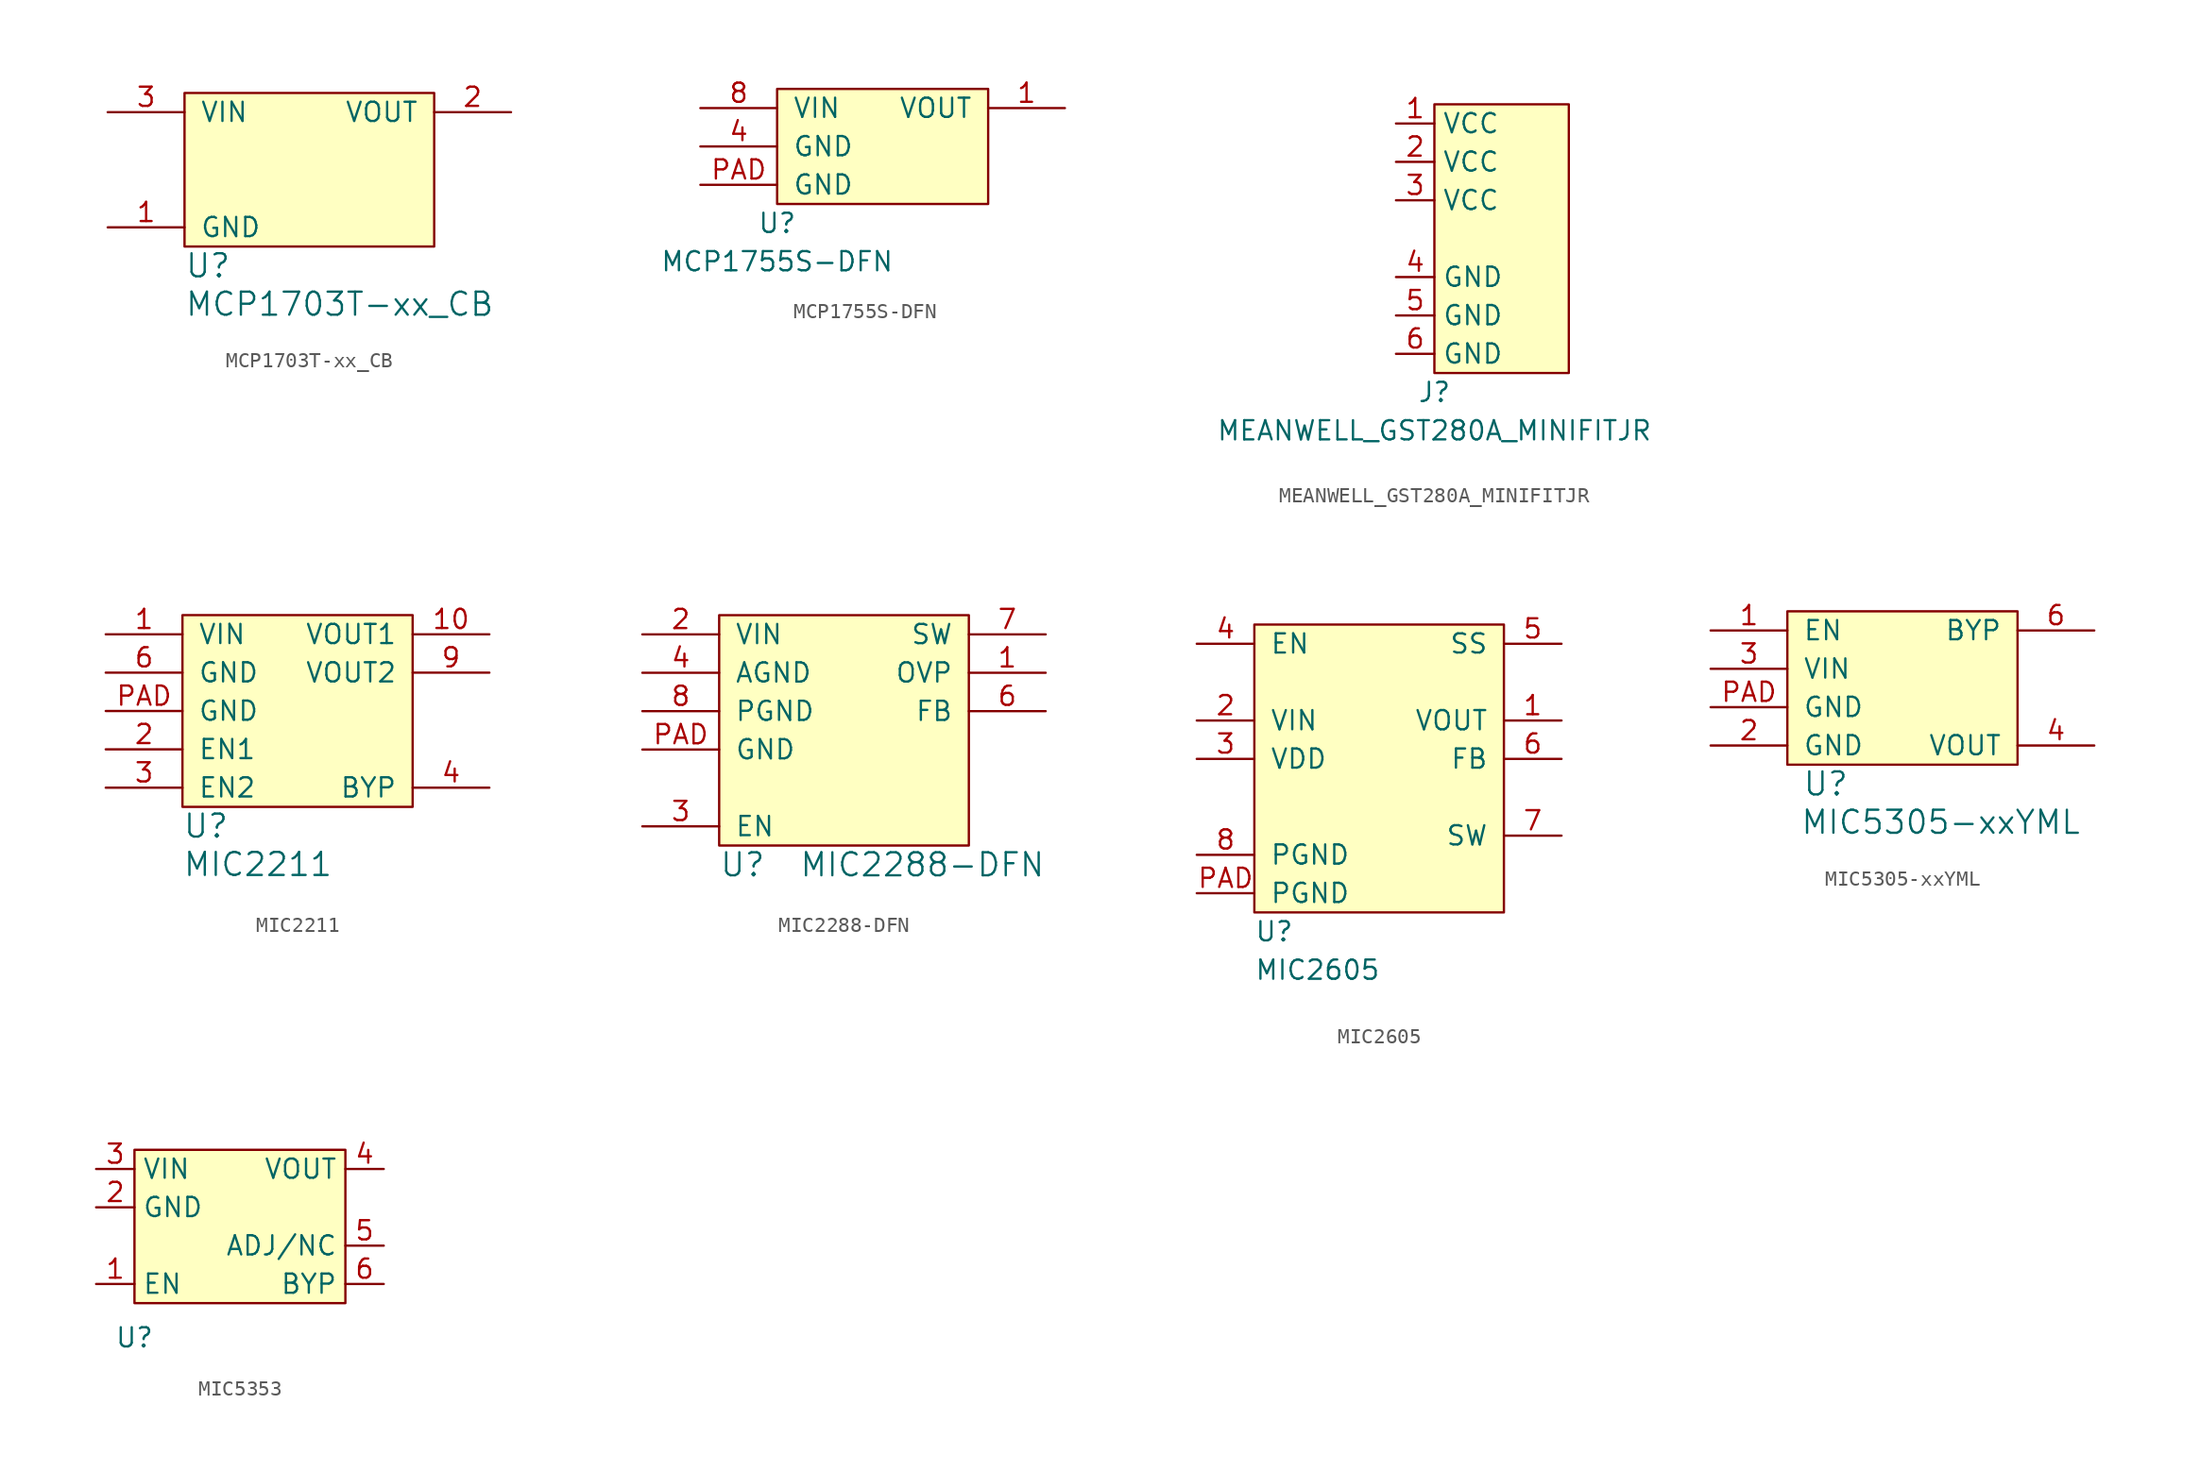
<source format=kicad_sym>
(kicad_symbol_lib
  (version 20231120)
  (generator "kicad_symbol_editor")
  (generator_version "8.0")
  (symbol "MCP1703T-xx_CB"
    (pin_names
      (offset 1.016))
    (property "Reference" "U"
      (at 0 -1.27 0)
      (effects (font (size 1.524 1.524)) (justify left)))
    (property "Value" "MCP1703T-xx_CB"
      (at 0 -3.81 0)
      (effects (font (size 1.524 1.524)) (justify left)))
    (property "Footprint" ""
      (at 0 0 0)
      (effects (font (size 1.524 1.524))))
    (property "Datasheet" ""
      (at 0 0 0)
      (effects (font (size 1.524 1.524))))
    (symbol "MCP1703T-xx_CB_0_1"
      (rectangle (start 0 10.16) (end 16.51 0) (stroke (width 0) (type default)) (fill (type background))))
    (symbol "MCP1703T-xx_CB_1_1"
      (pin power_in line (at -5.08 1.27 0) (length 5.08) (name "GND" (effects (font (size 1.27 1.27)))) (number "1" (effects (font (size 1.27 1.27)))))
      (pin power_out line (at 21.59 8.89 180) (length 5.08) (name "VOUT" (effects (font (size 1.27 1.27)))) (number "2" (effects (font (size 1.27 1.27)))))
      (pin power_in line (at -5.08 8.89 0) (length 5.08) (name "VIN" (effects (font (size 1.27 1.27)))) (number "3" (effects (font (size 1.27 1.27)))))))
  (symbol "MCP1755S-DFN"
    (pin_names
      (offset 1.016))
    (property "Reference" "U"
      (at 0 -1.27 0)
      (effects (font (size 1.27 1.27))))
    (property "Value" "MCP1755S-DFN"
      (at 0 -3.81 0)
      (effects (font (size 1.27 1.27))))
    (symbol "MCP1755S-DFN_0_1"
      (rectangle (start 0 7.62) (end 13.97 0) (stroke (width 0) (type default)) (fill (type background))))
    (symbol "MCP1755S-DFN_1_1"
      (pin power_out line (at 19.05 6.35 180) (length 5.08) (name "VOUT" (effects (font (size 1.27 1.27)))) (number "1" (effects (font (size 1.27 1.27)))))
      (pin power_in line (at -5.08 3.81 0) (length 5.08) (name "GND" (effects (font (size 1.27 1.27)))) (number "4" (effects (font (size 1.27 1.27)))))
      (pin power_in line (at -5.08 6.35 0) (length 5.08) (name "VIN" (effects (font (size 1.27 1.27)))) (number "8" (effects (font (size 1.27 1.27)))))
      (pin power_in line (at -5.08 1.27 0) (length 5.08) (name "GND" (effects (font (size 1.27 1.27)))) (number "PAD" (effects (font (size 1.27 1.27)))))))
  (symbol "MEANWELL_GST280A_MINIFITJR"
    (property "Reference" "J"
      (at 0 -1.27 0)
      (effects (font (size 1.27 1.27))))
    (property "Value" "MEANWELL_GST280A_MINIFITJR"
      (at 0 -3.81 0)
      (effects (font (size 1.27 1.27))))
    (symbol "MEANWELL_GST280A_MINIFITJR_0_1"
      (rectangle (start 0 17.78) (end 8.89 0) (stroke (width 0.152) (type default)) (fill (type background))))
    (symbol "MEANWELL_GST280A_MINIFITJR_1_1"
      (pin power_out line (at -2.54 16.51 0) (length 2.54) (name "VCC" (effects (font (size 1.27 1.27)))) (number "1" (effects (font (size 1.27 1.27)))))
      (pin power_in line (at -2.54 13.97 0) (length 2.54) (name "VCC" (effects (font (size 1.27 1.27)))) (number "2" (effects (font (size 1.27 1.27)))))
      (pin power_in line (at -2.54 11.43 0) (length 2.54) (name "VCC" (effects (font (size 1.27 1.27)))) (number "3" (effects (font (size 1.27 1.27)))))
      (pin power_out line (at -2.54 6.35 0) (length 2.54) (name "GND" (effects (font (size 1.27 1.27)))) (number "4" (effects (font (size 1.27 1.27)))))
      (pin power_in line (at -2.54 3.81 0) (length 2.54) (name "GND" (effects (font (size 1.27 1.27)))) (number "5" (effects (font (size 1.27 1.27)))))
      (pin power_in line (at -2.54 1.27 0) (length 2.54) (name "GND" (effects (font (size 1.27 1.27)))) (number "6" (effects (font (size 1.27 1.27)))))))
  (symbol "MIC2211"
    (pin_names
      (offset 1.016))
    (property "Reference" "U"
      (at 0 -1.27 0)
      (effects (font (size 1.524 1.524)) (justify left)))
    (property "Value" "MIC2211"
      (at 0 -3.81 0)
      (effects (font (size 1.524 1.524)) (justify left)))
    (property "Footprint" ""
      (at 0 0 0)
      (effects (font (size 1.524 1.524))))
    (property "Datasheet" ""
      (at 0 0 0)
      (effects (font (size 1.524 1.524))))
    (symbol "MIC2211_0_1"
      (rectangle (start 0 12.7) (end 15.24 0) (stroke (width 0) (type default)) (fill (type background))))
    (symbol "MIC2211_1_1"
      (pin power_in line (at -5.08 11.43 0) (length 5.08) (name "VIN" (effects (font (size 1.27 1.27)))) (number "1" (effects (font (size 1.27 1.27)))))
      (pin power_out line (at 20.32 11.43 180) (length 5.08) (name "VOUT1" (effects (font (size 1.27 1.27)))) (number "10" (effects (font (size 1.27 1.27)))))
      (pin input line (at -5.08 3.81 0) (length 5.08) (name "EN1" (effects (font (size 1.27 1.27)))) (number "2" (effects (font (size 1.27 1.27)))))
      (pin input line (at -5.08 1.27 0) (length 5.08) (name "EN2" (effects (font (size 1.27 1.27)))) (number "3" (effects (font (size 1.27 1.27)))))
      (pin input line (at 20.32 1.27 180) (length 5.08) (name "BYP" (effects (font (size 1.27 1.27)))) (number "4" (effects (font (size 1.27 1.27)))))
      (pin power_in line (at -5.08 8.89 0) (length 5.08) (name "GND" (effects (font (size 1.27 1.27)))) (number "6" (effects (font (size 1.27 1.27)))))
      (pin power_out line (at 20.32 8.89 180) (length 5.08) (name "VOUT2" (effects (font (size 1.27 1.27)))) (number "9" (effects (font (size 1.27 1.27)))))
      (pin power_in line (at -5.08 6.35 0) (length 5.08) (name "GND" (effects (font (size 1.27 1.27)))) (number "PAD" (effects (font (size 1.27 1.27)))))))
  (symbol "MIC2288-DFN"
    (pin_names
      (offset 1.016))
    (property "Reference" "U"
      (at 0 -1.27 0)
      (effects (font (size 1.524 1.524)) (justify left)))
    (property "Value" "MIC2288-DFN"
      (at 21.59 -1.27 0)
      (effects (font (size 1.524 1.524)) (justify right)))
    (property "Footprint" ""
      (at 0 0 0)
      (effects (font (size 1.524 1.524))))
    (property "Datasheet" ""
      (at 0 0 0)
      (effects (font (size 1.524 1.524))))
    (symbol "MIC2288-DFN_0_1"
      (rectangle (start 0 15.24) (end 16.51 0) (stroke (width 0) (type default)) (fill (type background))))
    (symbol "MIC2288-DFN_1_1"
      (pin input line (at 21.59 11.43 180) (length 5.08) (name "OVP" (effects (font (size 1.27 1.27)))) (number "1" (effects (font (size 1.27 1.27)))))
      (pin power_in line (at -5.08 13.97 0) (length 5.08) (name "VIN" (effects (font (size 1.27 1.27)))) (number "2" (effects (font (size 1.27 1.27)))))
      (pin input line (at -5.08 1.27 0) (length 5.08) (name "EN" (effects (font (size 1.27 1.27)))) (number "3" (effects (font (size 1.27 1.27)))))
      (pin power_in line (at -5.08 11.43 0) (length 5.08) (name "AGND" (effects (font (size 1.27 1.27)))) (number "4" (effects (font (size 1.27 1.27)))))
      (pin input line (at 21.59 8.89 180) (length 5.08) (name "FB" (effects (font (size 1.27 1.27)))) (number "6" (effects (font (size 1.27 1.27)))))
      (pin input line (at 21.59 13.97 180) (length 5.08) (name "SW" (effects (font (size 1.27 1.27)))) (number "7" (effects (font (size 1.27 1.27)))))
      (pin power_in line (at -5.08 8.89 0) (length 5.08) (name "PGND" (effects (font (size 1.27 1.27)))) (number "8" (effects (font (size 1.27 1.27)))))
      (pin power_in line (at -5.08 6.35 0) (length 5.08) (name "GND" (effects (font (size 1.27 1.27)))) (number "PAD" (effects (font (size 1.27 1.27)))))))
  (symbol "MIC2605"
    (pin_names
      (offset 1.016))
    (property "Reference" "U"
      (at 0 -1.27 0)
      (effects (font (size 1.27 1.27)) (justify left)))
    (property "Value" "MIC2605"
      (at 0 -3.81 0)
      (effects (font (size 1.27 1.27)) (justify left)))
    (symbol "MIC2605_0_1"
      (rectangle (start 0 19.05) (end 16.51 0) (stroke (width 0) (type default)) (fill (type background))))
    (symbol "MIC2605_1_1"
      (pin power_out line (at 20.32 12.7 180) (length 3.81) (name "VOUT" (effects (font (size 1.27 1.27)))) (number "1" (effects (font (size 1.27 1.27)))))
      (pin power_in line (at -3.81 12.7 0) (length 3.81) (name "VIN" (effects (font (size 1.27 1.27)))) (number "2" (effects (font (size 1.27 1.27)))))
      (pin power_out line (at -3.81 10.16 0) (length 3.81) (name "VDD" (effects (font (size 1.27 1.27)))) (number "3" (effects (font (size 1.27 1.27)))))
      (pin input line (at -3.81 17.78 0) (length 3.81) (name "EN" (effects (font (size 1.27 1.27)))) (number "4" (effects (font (size 1.27 1.27)))))
      (pin bidirectional line (at 20.32 17.78 180) (length 3.81) (name "SS" (effects (font (size 1.27 1.27)))) (number "5" (effects (font (size 1.27 1.27)))))
      (pin input line (at 20.32 10.16 180) (length 3.81) (name "FB" (effects (font (size 1.27 1.27)))) (number "6" (effects (font (size 1.27 1.27)))))
      (pin power_in line (at 20.32 5.08 180) (length 3.81) (name "SW" (effects (font (size 1.27 1.27)))) (number "7" (effects (font (size 1.27 1.27)))))
      (pin power_in line (at -3.81 3.81 0) (length 3.81) (name "PGND" (effects (font (size 1.27 1.27)))) (number "8" (effects (font (size 1.27 1.27)))))
      (pin power_in line (at -3.81 1.27 0) (length 3.81) (name "PGND" (effects (font (size 1.27 1.27)))) (number "PAD" (effects (font (size 1.27 1.27)))))))
  (symbol "MIC5305-xxYML"
    (pin_names
      (offset 1.016))
    (property "Reference" "U"
      (at 1.27 -1.27 0)
      (effects (font (size 1.524 1.524))))
    (property "Value" "MIC5305-xxYML"
      (at 8.89 -3.81 0)
      (effects (font (size 1.524 1.524))))
    (symbol "MIC5305-xxYML_0_1"
      (rectangle (start -1.27 10.16) (end 13.97 0) (stroke (width 0) (type default)) (fill (type background))))
    (symbol "MIC5305-xxYML_1_1"
      (pin input line (at -6.35 8.89 0) (length 5.08) (name "EN" (effects (font (size 1.27 1.27)))) (number "1" (effects (font (size 1.27 1.27)))))
      (pin power_in line (at -6.35 1.27 0) (length 5.08) (name "GND" (effects (font (size 1.27 1.27)))) (number "2" (effects (font (size 1.27 1.27)))))
      (pin power_in line (at -6.35 6.35 0) (length 5.08) (name "VIN" (effects (font (size 1.27 1.27)))) (number "3" (effects (font (size 1.27 1.27)))))
      (pin power_out line (at 19.05 1.27 180) (length 5.08) (name "VOUT" (effects (font (size 1.27 1.27)))) (number "4" (effects (font (size 1.27 1.27)))))
      (pin passive line (at 19.05 8.89 180) (length 5.08) (name "BYP" (effects (font (size 1.27 1.27)))) (number "6" (effects (font (size 1.27 1.27)))))
      (pin power_in line (at -6.35 3.81 0) (length 5.08) (name "GND" (effects (font (size 1.27 1.27)))) (number "PAD" (effects (font (size 1.27 1.27)))))))
  (symbol "MIC5353"
    (property "Reference" "U"
      (at 0 -2.286 0)
      (effects (font (size 1.27 1.27))))
    (property "Value" ""
      (at 0 0 0)
      (effects (font (size 1.27 1.27))))
    (symbol "MIC5353_1_1"
      (rectangle (start 0 10.16) (end 13.97 0) (stroke (width 0) (type default)) (fill (type background)))
      (pin input line (at -2.54 1.27 0) (length 2.54) (name "EN" (effects (font (size 1.27 1.27)))) (number "1" (effects (font (size 1.27 1.27)))))
      (pin power_in line (at -2.54 6.35 0) (length 2.54) (name "GND" (effects (font (size 1.27 1.27)))) (number "2" (effects (font (size 1.27 1.27)))))
      (pin power_in line (at -2.54 8.89 0) (length 2.54) (name "VIN" (effects (font (size 1.27 1.27)))) (number "3" (effects (font (size 1.27 1.27)))))
      (pin power_out line (at 16.51 8.89 180) (length 2.54) (name "VOUT" (effects (font (size 1.27 1.27)))) (number "4" (effects (font (size 1.27 1.27)))))
      (pin input line (at 16.51 3.81 180) (length 2.54) (name "ADJ/NC" (effects (font (size 1.27 1.27)))) (number "5" (effects (font (size 1.27 1.27)))))
      (pin power_out line (at 16.51 1.27 180) (length 2.54) (name "BYP" (effects (font (size 1.27 1.27)))) (number "6" (effects (font (size 1.27 1.27))))))))
</source>
